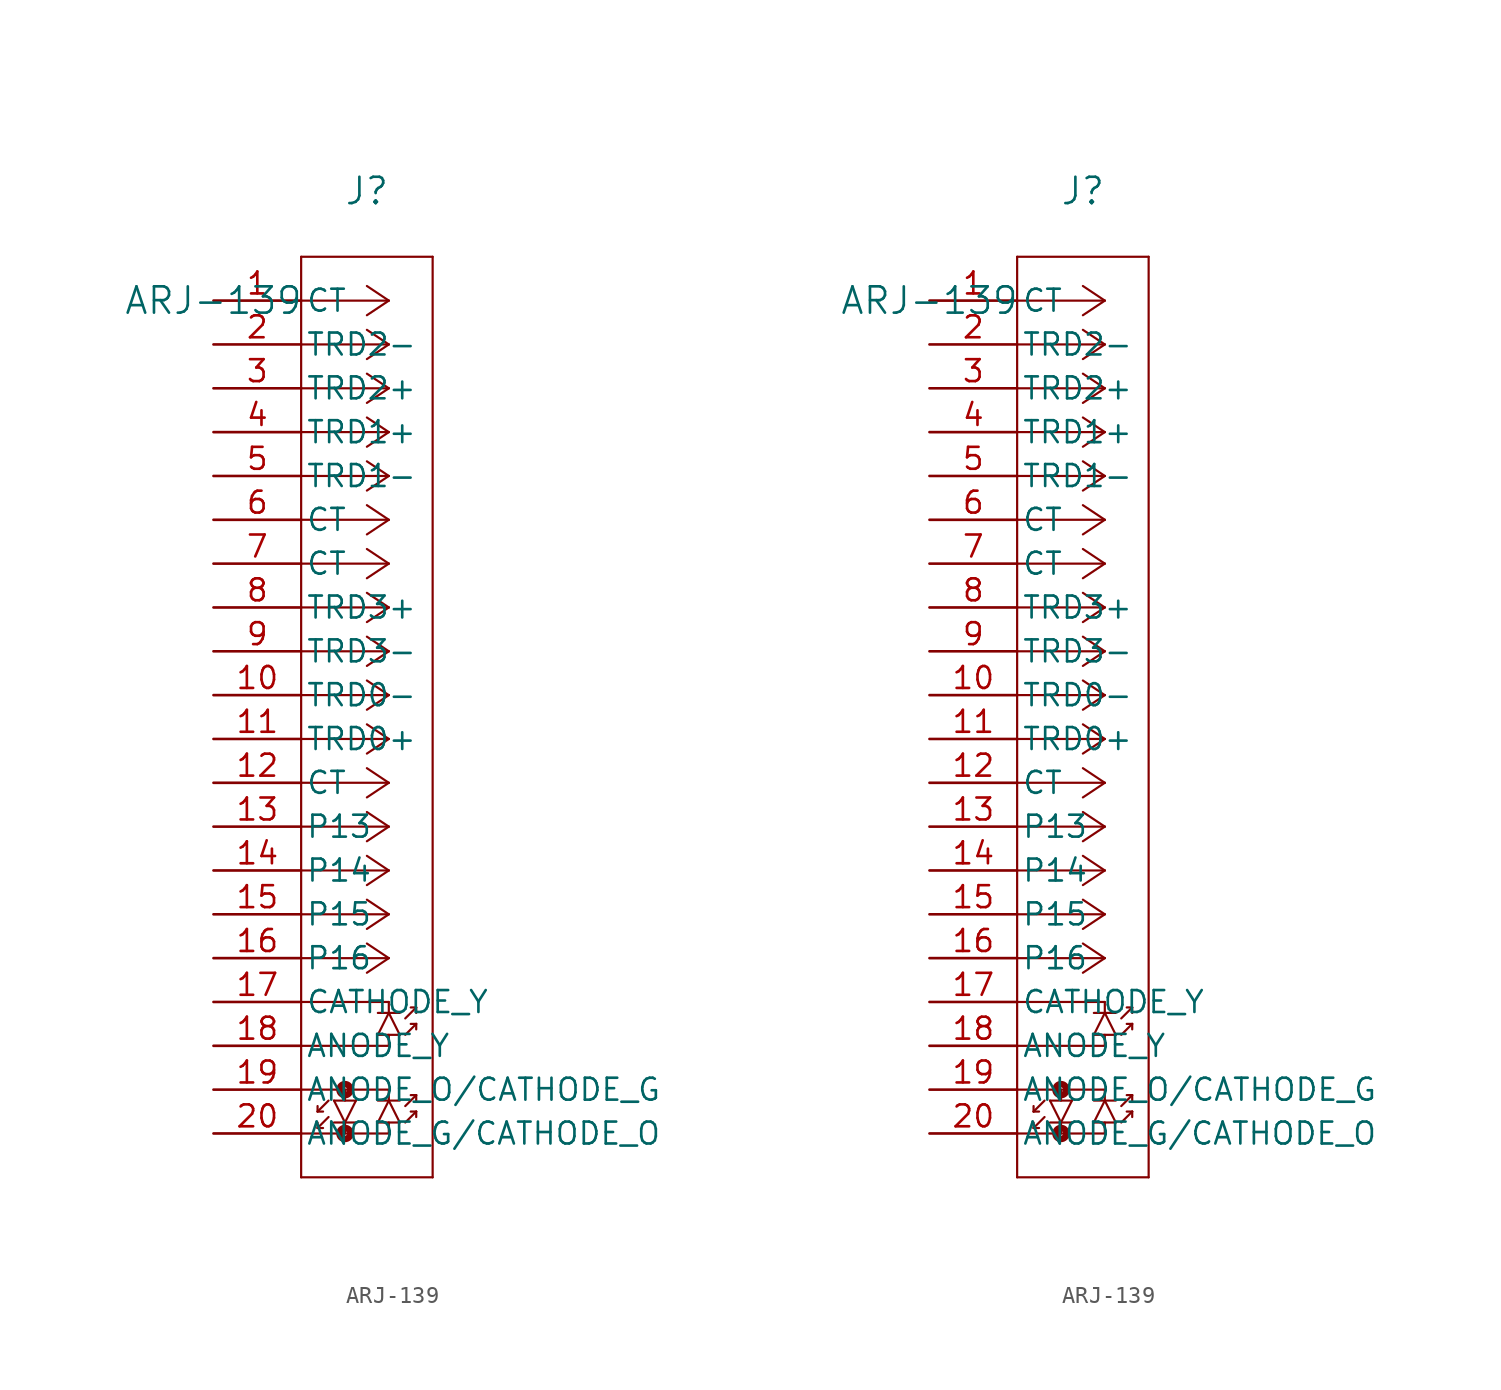
<source format=kicad_sym>
(kicad_symbol_lib
  (version 20211014)
  (generator kicad_symbol_editor)
  (symbol "ARJ-139"
    (pin_names
      (offset 0.254))
    (property "Reference" "J"
      (at 8.89 6.35 0)
      (effects (font (size 1.524 1.524))))
    (property "Value" "ARJ-139"
      (at 0 0 0)
      (effects (font (size 1.524 1.524))))
    (symbol "ARJ-139_1_1"
      (polyline (pts (xy 10.16 0) (xy 5.08 0)) (stroke (width 0.127) (type default) (color 0 0 0 0)) (fill (type none)))
      (polyline (pts (xy 10.16 -2.54) (xy 5.08 -2.54)) (stroke (width 0.127) (type default) (color 0 0 0 0)) (fill (type none)))
      (polyline (pts (xy 10.16 -5.08) (xy 5.08 -5.08)) (stroke (width 0.127) (type default) (color 0 0 0 0)) (fill (type none)))
      (polyline (pts (xy 10.16 -7.62) (xy 5.08 -7.62)) (stroke (width 0.127) (type default) (color 0 0 0 0)) (fill (type none)))
      (polyline (pts (xy 10.16 -10.16) (xy 5.08 -10.16)) (stroke (width 0.127) (type default) (color 0 0 0 0)) (fill (type none)))
      (polyline (pts (xy 10.16 -12.7) (xy 5.08 -12.7)) (stroke (width 0.127) (type default) (color 0 0 0 0)) (fill (type none)))
      (polyline (pts (xy 10.16 -15.24) (xy 5.08 -15.24)) (stroke (width 0.127) (type default) (color 0 0 0 0)) (fill (type none)))
      (polyline (pts (xy 10.16 -17.78) (xy 5.08 -17.78)) (stroke (width 0.127) (type default) (color 0 0 0 0)) (fill (type none)))
      (polyline (pts (xy 10.16 -20.32) (xy 5.08 -20.32)) (stroke (width 0.127) (type default) (color 0 0 0 0)) (fill (type none)))
      (polyline (pts (xy 10.16 -22.86) (xy 5.08 -22.86)) (stroke (width 0.127) (type default) (color 0 0 0 0)) (fill (type none)))
      (polyline (pts (xy 10.16 -25.4) (xy 5.08 -25.4)) (stroke (width 0.127) (type default) (color 0 0 0 0)) (fill (type none)))
      (polyline (pts (xy 10.16 -27.94) (xy 5.08 -27.94)) (stroke (width 0.127) (type default) (color 0 0 0 0)) (fill (type none)))
      (polyline (pts (xy 10.16 -30.48) (xy 5.08 -30.48)) (stroke (width 0.127) (type default) (color 0 0 0 0)) (fill (type none)))
      (polyline (pts (xy 10.16 -33.02) (xy 5.08 -33.02)) (stroke (width 0.127) (type default) (color 0 0 0 0)) (fill (type none)))
      (polyline (pts (xy 10.16 -35.56) (xy 5.08 -35.56)) (stroke (width 0.127) (type default) (color 0 0 0 0)) (fill (type none)))
      (polyline (pts (xy 10.16 -38.1) (xy 5.08 -38.1)) (stroke (width 0.127) (type default) (color 0 0 0 0)) (fill (type none)))
      (polyline (pts (xy 10.16 -40.64) (xy 5.08 -40.64)) (stroke (width 0.127) (type default) (color 0 0 0 0)) (fill (type none)))
      (polyline (pts (xy 10.16 -43.18) (xy 5.08 -43.18)) (stroke (width 0.127) (type default) (color 0 0 0 0)) (fill (type none)))
      (polyline (pts (xy 10.16 -45.72) (xy 5.08 -45.72)) (stroke (width 0.127) (type default) (color 0 0 0 0)) (fill (type none)))
      (polyline (pts (xy 10.16 -48.26) (xy 5.08 -48.26)) (stroke (width 0.127) (type default) (color 0 0 0 0)) (fill (type none)))
      (polyline (pts (xy 10.16 0) (xy 8.89 0.847)) (stroke (width 0.127) (type default) (color 0 0 0 0)) (fill (type none)))
      (polyline (pts (xy 10.16 -2.54) (xy 8.89 -1.693)) (stroke (width 0.127) (type default) (color 0 0 0 0)) (fill (type none)))
      (polyline (pts (xy 10.16 -5.08) (xy 8.89 -4.233)) (stroke (width 0.127) (type default) (color 0 0 0 0)) (fill (type none)))
      (polyline (pts (xy 10.16 -7.62) (xy 8.89 -6.773)) (stroke (width 0.127) (type default) (color 0 0 0 0)) (fill (type none)))
      (polyline (pts (xy 10.16 -10.16) (xy 8.89 -9.313)) (stroke (width 0.127) (type default) (color 0 0 0 0)) (fill (type none)))
      (polyline (pts (xy 10.16 -12.7) (xy 8.89 -11.853)) (stroke (width 0.127) (type default) (color 0 0 0 0)) (fill (type none)))
      (polyline (pts (xy 10.16 -15.24) (xy 8.89 -14.393)) (stroke (width 0.127) (type default) (color 0 0 0 0)) (fill (type none)))
      (polyline (pts (xy 10.16 -17.78) (xy 8.89 -16.933)) (stroke (width 0.127) (type default) (color 0 0 0 0)) (fill (type none)))
      (polyline (pts (xy 10.16 -20.32) (xy 8.89 -19.473)) (stroke (width 0.127) (type default) (color 0 0 0 0)) (fill (type none)))
      (polyline (pts (xy 10.16 -22.86) (xy 8.89 -22.013)) (stroke (width 0.127) (type default) (color 0 0 0 0)) (fill (type none)))
      (polyline (pts (xy 10.16 -25.4) (xy 8.89 -24.553)) (stroke (width 0.127) (type default) (color 0 0 0 0)) (fill (type none)))
      (polyline (pts (xy 10.16 -27.94) (xy 8.89 -27.093)) (stroke (width 0.127) (type default) (color 0 0 0 0)) (fill (type none)))
      (polyline (pts (xy 10.16 -30.48) (xy 8.89 -29.633)) (stroke (width 0.127) (type default) (color 0 0 0 0)) (fill (type none)))
      (polyline (pts (xy 10.16 -33.02) (xy 8.89 -32.173)) (stroke (width 0.127) (type default) (color 0 0 0 0)) (fill (type none)))
      (polyline (pts (xy 10.16 -35.56) (xy 8.89 -34.713)) (stroke (width 0.127) (type default) (color 0 0 0 0)) (fill (type none)))
      (polyline (pts (xy 10.16 -38.1) (xy 8.89 -37.253)) (stroke (width 0.127) (type default) (color 0 0 0 0)) (fill (type none)))
      (polyline (pts (xy 10.16 -40.64) (xy 10.16 -41.275)) (stroke (width 0.127) (type default) (color 0 0 0 0)) (fill (type none)))
      (polyline (pts (xy 10.16 -42.545) (xy 10.16 -43.18)) (stroke (width 0.127) (type default) (color 0 0 0 0)) (fill (type none)))
      (polyline (pts (xy 9.525 -41.275) (xy 10.795 -41.275)) (stroke (width 0.127) (type default) (color 0 0 0 0)) (fill (type none)))
      (polyline (pts (xy 9.525 -42.545) (xy 10.795 -42.545)) (stroke (width 0.127) (type default) (color 0 0 0 0)) (fill (type none)))
      (polyline (pts (xy 10.16 0) (xy 8.89 -0.847)) (stroke (width 0.127) (type default) (color 0 0 0 0)) (fill (type none)))
      (polyline (pts (xy 10.16 -2.54) (xy 8.89 -3.387)) (stroke (width 0.127) (type default) (color 0 0 0 0)) (fill (type none)))
      (polyline (pts (xy 10.16 -5.08) (xy 8.89 -5.927)) (stroke (width 0.127) (type default) (color 0 0 0 0)) (fill (type none)))
      (polyline (pts (xy 10.16 -7.62) (xy 8.89 -8.467)) (stroke (width 0.127) (type default) (color 0 0 0 0)) (fill (type none)))
      (polyline (pts (xy 10.16 -10.16) (xy 8.89 -11.007)) (stroke (width 0.127) (type default) (color 0 0 0 0)) (fill (type none)))
      (polyline (pts (xy 10.16 -12.7) (xy 8.89 -13.547)) (stroke (width 0.127) (type default) (color 0 0 0 0)) (fill (type none)))
      (polyline (pts (xy 10.16 -15.24) (xy 8.89 -16.087)) (stroke (width 0.127) (type default) (color 0 0 0 0)) (fill (type none)))
      (polyline (pts (xy 10.16 -17.78) (xy 8.89 -18.627)) (stroke (width 0.127) (type default) (color 0 0 0 0)) (fill (type none)))
      (polyline (pts (xy 10.16 -20.32) (xy 8.89 -21.167)) (stroke (width 0.127) (type default) (color 0 0 0 0)) (fill (type none)))
      (polyline (pts (xy 10.16 -22.86) (xy 8.89 -23.707)) (stroke (width 0.127) (type default) (color 0 0 0 0)) (fill (type none)))
      (polyline (pts (xy 10.16 -25.4) (xy 8.89 -26.247)) (stroke (width 0.127) (type default) (color 0 0 0 0)) (fill (type none)))
      (polyline (pts (xy 10.16 -27.94) (xy 8.89 -28.787)) (stroke (width 0.127) (type default) (color 0 0 0 0)) (fill (type none)))
      (polyline (pts (xy 10.16 -30.48) (xy 8.89 -31.327)) (stroke (width 0.127) (type default) (color 0 0 0 0)) (fill (type none)))
      (polyline (pts (xy 10.16 -33.02) (xy 8.89 -33.867)) (stroke (width 0.127) (type default) (color 0 0 0 0)) (fill (type none)))
      (polyline (pts (xy 10.16 -35.56) (xy 8.89 -36.407)) (stroke (width 0.127) (type default) (color 0 0 0 0)) (fill (type none)))
      (polyline (pts (xy 10.16 -38.1) (xy 8.89 -38.947)) (stroke (width 0.127) (type default) (color 0 0 0 0)) (fill (type none)))
      (polyline (pts (xy 10.16 -41.275) (xy 9.525 -42.545)) (stroke (width 0.127) (type default) (color 0 0 0 0)) (fill (type none)))
      (polyline (pts (xy 10.795 -42.545) (xy 10.16 -41.275)) (stroke (width 0.127) (type default) (color 0 0 0 0)) (fill (type none)))
      (polyline (pts (xy 11.113 -41.593) (xy 11.748 -40.958)) (stroke (width 0.127) (type default) (color 0 0 0 0)) (fill (type none)))
      (polyline (pts (xy 11.748 -40.958) (xy 11.43 -40.958)) (stroke (width 0.127) (type default) (color 0 0 0 0)) (fill (type none)))
      (polyline (pts (xy 5.08 2.54) (xy 5.08 -50.8)) (stroke (width 0.127) (type default) (color 0 0 0 0)) (fill (type none)))
      (polyline (pts (xy 5.08 -50.8) (xy 12.7 -50.8)) (stroke (width 0.127) (type default) (color 0 0 0 0)) (fill (type none)))
      (polyline (pts (xy 12.7 -50.8) (xy 12.7 2.54)) (stroke (width 0.127) (type default) (color 0 0 0 0)) (fill (type none)))
      (polyline (pts (xy 12.7 2.54) (xy 5.08 2.54)) (stroke (width 0.127) (type default) (color 0 0 0 0)) (fill (type none)))
      (polyline (pts (xy 11.748 -40.958) (xy 11.748 -41.275)) (stroke (width 0.127) (type default) (color 0 0 0 0)) (fill (type none)))
      (polyline (pts (xy 11.113 -42.545) (xy 11.748 -41.91)) (stroke (width 0.127) (type default) (color 0 0 0 0)) (fill (type none)))
      (polyline (pts (xy 11.748 -41.91) (xy 11.43 -41.91)) (stroke (width 0.127) (type default) (color 0 0 0 0)) (fill (type none)))
      (polyline (pts (xy 11.748 -41.91) (xy 11.748 -42.227)) (stroke (width 0.127) (type default) (color 0 0 0 0)) (fill (type none)))
      (polyline (pts (xy 10.16 -45.72) (xy 10.16 -46.355)) (stroke (width 0.127) (type default) (color 0 0 0 0)) (fill (type none)))
      (polyline (pts (xy 10.16 -47.625) (xy 10.16 -48.26)) (stroke (width 0.127) (type default) (color 0 0 0 0)) (fill (type none)))
      (polyline (pts (xy 9.525 -46.355) (xy 10.795 -46.355)) (stroke (width 0.127) (type default) (color 0 0 0 0)) (fill (type none)))
      (polyline (pts (xy 9.525 -47.625) (xy 10.795 -47.625)) (stroke (width 0.127) (type default) (color 0 0 0 0)) (fill (type none)))
      (polyline (pts (xy 10.16 -46.355) (xy 9.525 -47.625)) (stroke (width 0.127) (type default) (color 0 0 0 0)) (fill (type none)))
      (polyline (pts (xy 10.795 -47.625) (xy 10.16 -46.355)) (stroke (width 0.127) (type default) (color 0 0 0 0)) (fill (type none)))
      (polyline (pts (xy 11.113 -46.672) (xy 11.748 -46.038)) (stroke (width 0.127) (type default) (color 0 0 0 0)) (fill (type none)))
      (polyline (pts (xy 11.748 -46.038) (xy 11.43 -46.038)) (stroke (width 0.127) (type default) (color 0 0 0 0)) (fill (type none)))
      (polyline (pts (xy 11.748 -46.038) (xy 11.748 -46.355)) (stroke (width 0.127) (type default) (color 0 0 0 0)) (fill (type none)))
      (polyline (pts (xy 11.113 -47.625) (xy 11.748 -46.99)) (stroke (width 0.127) (type default) (color 0 0 0 0)) (fill (type none)))
      (polyline (pts (xy 11.748 -46.99) (xy 11.43 -46.99)) (stroke (width 0.127) (type default) (color 0 0 0 0)) (fill (type none)))
      (polyline (pts (xy 11.748 -46.99) (xy 11.748 -47.307)) (stroke (width 0.127) (type default) (color 0 0 0 0)) (fill (type none)))
      (polyline (pts (xy 7.62 -48.26) (xy 7.62 -47.625)) (stroke (width 0.127) (type default) (color 0 0 0 0)) (fill (type none)))
      (polyline (pts (xy 7.62 -46.355) (xy 7.62 -45.72)) (stroke (width 0.127) (type default) (color 0 0 0 0)) (fill (type none)))
      (polyline (pts (xy 8.255 -47.625) (xy 6.985 -47.625)) (stroke (width 0.127) (type default) (color 0 0 0 0)) (fill (type none)))
      (polyline (pts (xy 8.255 -46.355) (xy 6.985 -46.355)) (stroke (width 0.127) (type default) (color 0 0 0 0)) (fill (type none)))
      (polyline (pts (xy 7.62 -47.625) (xy 8.255 -46.355)) (stroke (width 0.127) (type default) (color 0 0 0 0)) (fill (type none)))
      (polyline (pts (xy 6.985 -46.355) (xy 7.62 -47.625)) (stroke (width 0.127) (type default) (color 0 0 0 0)) (fill (type none)))
      (polyline (pts (xy 6.668 -47.307) (xy 6.032 -47.943)) (stroke (width 0.127) (type default) (color 0 0 0 0)) (fill (type none)))
      (polyline (pts (xy 6.032 -47.943) (xy 6.35 -47.943)) (stroke (width 0.127) (type default) (color 0 0 0 0)) (fill (type none)))
      (polyline (pts (xy 6.032 -47.943) (xy 6.032 -47.625)) (stroke (width 0.127) (type default) (color 0 0 0 0)) (fill (type none)))
      (polyline (pts (xy 6.668 -46.355) (xy 6.032 -46.99)) (stroke (width 0.127) (type default) (color 0 0 0 0)) (fill (type none)))
      (polyline (pts (xy 6.032 -46.99) (xy 6.35 -46.99)) (stroke (width 0.127) (type default) (color 0 0 0 0)) (fill (type none)))
      (polyline (pts (xy 6.032 -46.99) (xy 6.032 -46.672)) (stroke (width 0.127) (type default) (color 0 0 0 0)) (fill (type none)))
      (circle (center 7.62 -45.72) (radius 0.127) (stroke (width 0.381) (type default) (color 0 0 0 0)) (fill (type none)))
      (circle (center 7.62 -48.26) (radius 0.127) (stroke (width 0.381) (type default) (color 0 0 0 0)) (fill (type none)))
      (pin unspecified line (at 0 0 0) (length 5.08) (name "CT" (effects (font (size 1.27 1.27)))) (number "1" (effects (font (size 1.27 1.27)))))
      (pin unspecified line (at 0 -2.54 0) (length 5.08) (name "TRD2-" (effects (font (size 1.27 1.27)))) (number "2" (effects (font (size 1.27 1.27)))))
      (pin unspecified line (at 0 -5.08 0) (length 5.08) (name "TRD2+" (effects (font (size 1.27 1.27)))) (number "3" (effects (font (size 1.27 1.27)))))
      (pin unspecified line (at 0 -7.62 0) (length 5.08) (name "TRD1+" (effects (font (size 1.27 1.27)))) (number "4" (effects (font (size 1.27 1.27)))))
      (pin unspecified line (at 0 -10.16 0) (length 5.08) (name "TRD1-" (effects (font (size 1.27 1.27)))) (number "5" (effects (font (size 1.27 1.27)))))
      (pin unspecified line (at 0 -12.7 0) (length 5.08) (name "CT" (effects (font (size 1.27 1.27)))) (number "6" (effects (font (size 1.27 1.27)))))
      (pin unspecified line (at 0 -15.24 0) (length 5.08) (name "CT" (effects (font (size 1.27 1.27)))) (number "7" (effects (font (size 1.27 1.27)))))
      (pin unspecified line (at 0 -17.78 0) (length 5.08) (name "TRD3+" (effects (font (size 1.27 1.27)))) (number "8" (effects (font (size 1.27 1.27)))))
      (pin unspecified line (at 0 -20.32 0) (length 5.08) (name "TRD3-" (effects (font (size 1.27 1.27)))) (number "9" (effects (font (size 1.27 1.27)))))
      (pin unspecified line (at 0 -22.86 0) (length 5.08) (name "TRD0-" (effects (font (size 1.27 1.27)))) (number "10" (effects (font (size 1.27 1.27)))))
      (pin unspecified line (at 0 -25.4 0) (length 5.08) (name "TRD0+" (effects (font (size 1.27 1.27)))) (number "11" (effects (font (size 1.27 1.27)))))
      (pin unspecified line (at 0 -27.94 0) (length 5.08) (name "CT" (effects (font (size 1.27 1.27)))) (number "12" (effects (font (size 1.27 1.27)))))
      (pin unspecified line (at 0 -30.48 0) (length 5.08) (name "P13" (effects (font (size 1.27 1.27)))) (number "13" (effects (font (size 1.27 1.27)))))
      (pin unspecified line (at 0 -33.02 0) (length 5.08) (name "P14" (effects (font (size 1.27 1.27)))) (number "14" (effects (font (size 1.27 1.27)))))
      (pin unspecified line (at 0 -35.56 0) (length 5.08) (name "P15" (effects (font (size 1.27 1.27)))) (number "15" (effects (font (size 1.27 1.27)))))
      (pin unspecified line (at 0 -38.1 0) (length 5.08) (name "P16" (effects (font (size 1.27 1.27)))) (number "16" (effects (font (size 1.27 1.27)))))
      (pin unspecified line (at 0 -40.64 0) (length 5.08) (name "CATHODE_Y" (effects (font (size 1.27 1.27)))) (number "17" (effects (font (size 1.27 1.27)))))
      (pin unspecified line (at 0 -43.18 0) (length 5.08) (name "ANODE_Y" (effects (font (size 1.27 1.27)))) (number "18" (effects (font (size 1.27 1.27)))))
      (pin unspecified line (at 0 -45.72 0) (length 5.08) (name "ANODE_O/CATHODE_G" (effects (font (size 1.27 1.27)))) (number "19" (effects (font (size 1.27 1.27)))))
      (pin unspecified line (at 0 -48.26 0) (length 5.08) (name "ANODE_G/CATHODE_O" (effects (font (size 1.27 1.27)))) (number "20" (effects (font (size 1.27 1.27))))))
    (symbol "ARJ-139_1_2"
      (polyline (pts (xy 10.16 0) (xy 5.08 0)) (stroke (width 0.127) (type default) (color 0 0 0 0)) (fill (type none)))
      (polyline (pts (xy 10.16 -2.54) (xy 5.08 -2.54)) (stroke (width 0.127) (type default) (color 0 0 0 0)) (fill (type none)))
      (polyline (pts (xy 10.16 -5.08) (xy 5.08 -5.08)) (stroke (width 0.127) (type default) (color 0 0 0 0)) (fill (type none)))
      (polyline (pts (xy 10.16 -7.62) (xy 5.08 -7.62)) (stroke (width 0.127) (type default) (color 0 0 0 0)) (fill (type none)))
      (polyline (pts (xy 10.16 -10.16) (xy 5.08 -10.16)) (stroke (width 0.127) (type default) (color 0 0 0 0)) (fill (type none)))
      (polyline (pts (xy 10.16 -12.7) (xy 5.08 -12.7)) (stroke (width 0.127) (type default) (color 0 0 0 0)) (fill (type none)))
      (polyline (pts (xy 10.16 -15.24) (xy 5.08 -15.24)) (stroke (width 0.127) (type default) (color 0 0 0 0)) (fill (type none)))
      (polyline (pts (xy 10.16 -17.78) (xy 5.08 -17.78)) (stroke (width 0.127) (type default) (color 0 0 0 0)) (fill (type none)))
      (polyline (pts (xy 10.16 -20.32) (xy 5.08 -20.32)) (stroke (width 0.127) (type default) (color 0 0 0 0)) (fill (type none)))
      (polyline (pts (xy 10.16 -22.86) (xy 5.08 -22.86)) (stroke (width 0.127) (type default) (color 0 0 0 0)) (fill (type none)))
      (polyline (pts (xy 10.16 -25.4) (xy 5.08 -25.4)) (stroke (width 0.127) (type default) (color 0 0 0 0)) (fill (type none)))
      (polyline (pts (xy 10.16 -27.94) (xy 5.08 -27.94)) (stroke (width 0.127) (type default) (color 0 0 0 0)) (fill (type none)))
      (polyline (pts (xy 10.16 -30.48) (xy 5.08 -30.48)) (stroke (width 0.127) (type default) (color 0 0 0 0)) (fill (type none)))
      (polyline (pts (xy 10.16 -33.02) (xy 5.08 -33.02)) (stroke (width 0.127) (type default) (color 0 0 0 0)) (fill (type none)))
      (polyline (pts (xy 10.16 -35.56) (xy 5.08 -35.56)) (stroke (width 0.127) (type default) (color 0 0 0 0)) (fill (type none)))
      (polyline (pts (xy 10.16 -38.1) (xy 5.08 -38.1)) (stroke (width 0.127) (type default) (color 0 0 0 0)) (fill (type none)))
      (polyline (pts (xy 10.16 -40.64) (xy 5.08 -40.64)) (stroke (width 0.127) (type default) (color 0 0 0 0)) (fill (type none)))
      (polyline (pts (xy 10.16 -43.18) (xy 5.08 -43.18)) (stroke (width 0.127) (type default) (color 0 0 0 0)) (fill (type none)))
      (polyline (pts (xy 10.16 -45.72) (xy 5.08 -45.72)) (stroke (width 0.127) (type default) (color 0 0 0 0)) (fill (type none)))
      (polyline (pts (xy 10.16 -48.26) (xy 5.08 -48.26)) (stroke (width 0.127) (type default) (color 0 0 0 0)) (fill (type none)))
      (polyline (pts (xy 10.16 0) (xy 8.89 0.847)) (stroke (width 0.127) (type default) (color 0 0 0 0)) (fill (type none)))
      (polyline (pts (xy 10.16 -2.54) (xy 8.89 -1.693)) (stroke (width 0.127) (type default) (color 0 0 0 0)) (fill (type none)))
      (polyline (pts (xy 10.16 -5.08) (xy 8.89 -4.233)) (stroke (width 0.127) (type default) (color 0 0 0 0)) (fill (type none)))
      (polyline (pts (xy 10.16 -7.62) (xy 8.89 -6.773)) (stroke (width 0.127) (type default) (color 0 0 0 0)) (fill (type none)))
      (polyline (pts (xy 10.16 -10.16) (xy 8.89 -9.313)) (stroke (width 0.127) (type default) (color 0 0 0 0)) (fill (type none)))
      (polyline (pts (xy 10.16 -12.7) (xy 8.89 -11.853)) (stroke (width 0.127) (type default) (color 0 0 0 0)) (fill (type none)))
      (polyline (pts (xy 10.16 -15.24) (xy 8.89 -14.393)) (stroke (width 0.127) (type default) (color 0 0 0 0)) (fill (type none)))
      (polyline (pts (xy 10.16 -17.78) (xy 8.89 -16.933)) (stroke (width 0.127) (type default) (color 0 0 0 0)) (fill (type none)))
      (polyline (pts (xy 10.16 -20.32) (xy 8.89 -19.473)) (stroke (width 0.127) (type default) (color 0 0 0 0)) (fill (type none)))
      (polyline (pts (xy 10.16 -22.86) (xy 8.89 -22.013)) (stroke (width 0.127) (type default) (color 0 0 0 0)) (fill (type none)))
      (polyline (pts (xy 10.16 -25.4) (xy 8.89 -24.553)) (stroke (width 0.127) (type default) (color 0 0 0 0)) (fill (type none)))
      (polyline (pts (xy 10.16 -27.94) (xy 8.89 -27.093)) (stroke (width 0.127) (type default) (color 0 0 0 0)) (fill (type none)))
      (polyline (pts (xy 10.16 -30.48) (xy 8.89 -29.633)) (stroke (width 0.127) (type default) (color 0 0 0 0)) (fill (type none)))
      (polyline (pts (xy 10.16 -33.02) (xy 8.89 -32.173)) (stroke (width 0.127) (type default) (color 0 0 0 0)) (fill (type none)))
      (polyline (pts (xy 10.16 -35.56) (xy 8.89 -34.713)) (stroke (width 0.127) (type default) (color 0 0 0 0)) (fill (type none)))
      (polyline (pts (xy 10.16 -38.1) (xy 8.89 -37.253)) (stroke (width 0.127) (type default) (color 0 0 0 0)) (fill (type none)))
      (polyline (pts (xy 10.16 -40.64) (xy 10.16 -41.275)) (stroke (width 0.127) (type default) (color 0 0 0 0)) (fill (type none)))
      (polyline (pts (xy 10.16 -42.545) (xy 10.16 -43.18)) (stroke (width 0.127) (type default) (color 0 0 0 0)) (fill (type none)))
      (polyline (pts (xy 9.525 -41.275) (xy 10.795 -41.275)) (stroke (width 0.127) (type default) (color 0 0 0 0)) (fill (type none)))
      (polyline (pts (xy 9.525 -42.545) (xy 10.795 -42.545)) (stroke (width 0.127) (type default) (color 0 0 0 0)) (fill (type none)))
      (polyline (pts (xy 10.16 0) (xy 8.89 -0.847)) (stroke (width 0.127) (type default) (color 0 0 0 0)) (fill (type none)))
      (polyline (pts (xy 10.16 -2.54) (xy 8.89 -3.387)) (stroke (width 0.127) (type default) (color 0 0 0 0)) (fill (type none)))
      (polyline (pts (xy 10.16 -5.08) (xy 8.89 -5.927)) (stroke (width 0.127) (type default) (color 0 0 0 0)) (fill (type none)))
      (polyline (pts (xy 10.16 -7.62) (xy 8.89 -8.467)) (stroke (width 0.127) (type default) (color 0 0 0 0)) (fill (type none)))
      (polyline (pts (xy 10.16 -10.16) (xy 8.89 -11.007)) (stroke (width 0.127) (type default) (color 0 0 0 0)) (fill (type none)))
      (polyline (pts (xy 10.16 -12.7) (xy 8.89 -13.547)) (stroke (width 0.127) (type default) (color 0 0 0 0)) (fill (type none)))
      (polyline (pts (xy 10.16 -15.24) (xy 8.89 -16.087)) (stroke (width 0.127) (type default) (color 0 0 0 0)) (fill (type none)))
      (polyline (pts (xy 10.16 -17.78) (xy 8.89 -18.627)) (stroke (width 0.127) (type default) (color 0 0 0 0)) (fill (type none)))
      (polyline (pts (xy 10.16 -20.32) (xy 8.89 -21.167)) (stroke (width 0.127) (type default) (color 0 0 0 0)) (fill (type none)))
      (polyline (pts (xy 10.16 -22.86) (xy 8.89 -23.707)) (stroke (width 0.127) (type default) (color 0 0 0 0)) (fill (type none)))
      (polyline (pts (xy 10.16 -25.4) (xy 8.89 -26.247)) (stroke (width 0.127) (type default) (color 0 0 0 0)) (fill (type none)))
      (polyline (pts (xy 10.16 -27.94) (xy 8.89 -28.787)) (stroke (width 0.127) (type default) (color 0 0 0 0)) (fill (type none)))
      (polyline (pts (xy 10.16 -30.48) (xy 8.89 -31.327)) (stroke (width 0.127) (type default) (color 0 0 0 0)) (fill (type none)))
      (polyline (pts (xy 10.16 -33.02) (xy 8.89 -33.867)) (stroke (width 0.127) (type default) (color 0 0 0 0)) (fill (type none)))
      (polyline (pts (xy 10.16 -35.56) (xy 8.89 -36.407)) (stroke (width 0.127) (type default) (color 0 0 0 0)) (fill (type none)))
      (polyline (pts (xy 10.16 -38.1) (xy 8.89 -38.947)) (stroke (width 0.127) (type default) (color 0 0 0 0)) (fill (type none)))
      (polyline (pts (xy 10.16 -41.275) (xy 9.525 -42.545)) (stroke (width 0.127) (type default) (color 0 0 0 0)) (fill (type none)))
      (polyline (pts (xy 10.795 -42.545) (xy 10.16 -41.275)) (stroke (width 0.127) (type default) (color 0 0 0 0)) (fill (type none)))
      (polyline (pts (xy 11.113 -41.593) (xy 11.748 -40.958)) (stroke (width 0.127) (type default) (color 0 0 0 0)) (fill (type none)))
      (polyline (pts (xy 11.748 -40.958) (xy 11.43 -40.958)) (stroke (width 0.127) (type default) (color 0 0 0 0)) (fill (type none)))
      (polyline (pts (xy 5.08 2.54) (xy 5.08 -50.8)) (stroke (width 0.127) (type default) (color 0 0 0 0)) (fill (type none)))
      (polyline (pts (xy 5.08 -50.8) (xy 12.7 -50.8)) (stroke (width 0.127) (type default) (color 0 0 0 0)) (fill (type none)))
      (polyline (pts (xy 12.7 -50.8) (xy 12.7 2.54)) (stroke (width 0.127) (type default) (color 0 0 0 0)) (fill (type none)))
      (polyline (pts (xy 12.7 2.54) (xy 5.08 2.54)) (stroke (width 0.127) (type default) (color 0 0 0 0)) (fill (type none)))
      (polyline (pts (xy 11.748 -40.958) (xy 11.748 -41.275)) (stroke (width 0.127) (type default) (color 0 0 0 0)) (fill (type none)))
      (polyline (pts (xy 11.113 -42.545) (xy 11.748 -41.91)) (stroke (width 0.127) (type default) (color 0 0 0 0)) (fill (type none)))
      (polyline (pts (xy 11.748 -41.91) (xy 11.43 -41.91)) (stroke (width 0.127) (type default) (color 0 0 0 0)) (fill (type none)))
      (polyline (pts (xy 11.748 -41.91) (xy 11.748 -42.227)) (stroke (width 0.127) (type default) (color 0 0 0 0)) (fill (type none)))
      (polyline (pts (xy 10.16 -45.72) (xy 10.16 -46.355)) (stroke (width 0.127) (type default) (color 0 0 0 0)) (fill (type none)))
      (polyline (pts (xy 10.16 -47.625) (xy 10.16 -48.26)) (stroke (width 0.127) (type default) (color 0 0 0 0)) (fill (type none)))
      (polyline (pts (xy 9.525 -46.355) (xy 10.795 -46.355)) (stroke (width 0.127) (type default) (color 0 0 0 0)) (fill (type none)))
      (polyline (pts (xy 9.525 -47.625) (xy 10.795 -47.625)) (stroke (width 0.127) (type default) (color 0 0 0 0)) (fill (type none)))
      (polyline (pts (xy 10.16 -46.355) (xy 9.525 -47.625)) (stroke (width 0.127) (type default) (color 0 0 0 0)) (fill (type none)))
      (polyline (pts (xy 10.795 -47.625) (xy 10.16 -46.355)) (stroke (width 0.127) (type default) (color 0 0 0 0)) (fill (type none)))
      (polyline (pts (xy 11.113 -46.672) (xy 11.748 -46.038)) (stroke (width 0.127) (type default) (color 0 0 0 0)) (fill (type none)))
      (polyline (pts (xy 11.748 -46.038) (xy 11.43 -46.038)) (stroke (width 0.127) (type default) (color 0 0 0 0)) (fill (type none)))
      (polyline (pts (xy 11.748 -46.038) (xy 11.748 -46.355)) (stroke (width 0.127) (type default) (color 0 0 0 0)) (fill (type none)))
      (polyline (pts (xy 11.113 -47.625) (xy 11.748 -46.99)) (stroke (width 0.127) (type default) (color 0 0 0 0)) (fill (type none)))
      (polyline (pts (xy 11.748 -46.99) (xy 11.43 -46.99)) (stroke (width 0.127) (type default) (color 0 0 0 0)) (fill (type none)))
      (polyline (pts (xy 11.748 -46.99) (xy 11.748 -47.307)) (stroke (width 0.127) (type default) (color 0 0 0 0)) (fill (type none)))
      (polyline (pts (xy 7.62 -48.26) (xy 7.62 -47.625)) (stroke (width 0.127) (type default) (color 0 0 0 0)) (fill (type none)))
      (polyline (pts (xy 7.62 -46.355) (xy 7.62 -45.72)) (stroke (width 0.127) (type default) (color 0 0 0 0)) (fill (type none)))
      (polyline (pts (xy 8.255 -47.625) (xy 6.985 -47.625)) (stroke (width 0.127) (type default) (color 0 0 0 0)) (fill (type none)))
      (polyline (pts (xy 8.255 -46.355) (xy 6.985 -46.355)) (stroke (width 0.127) (type default) (color 0 0 0 0)) (fill (type none)))
      (polyline (pts (xy 7.62 -47.625) (xy 8.255 -46.355)) (stroke (width 0.127) (type default) (color 0 0 0 0)) (fill (type none)))
      (polyline (pts (xy 6.985 -46.355) (xy 7.62 -47.625)) (stroke (width 0.127) (type default) (color 0 0 0 0)) (fill (type none)))
      (polyline (pts (xy 6.668 -47.307) (xy 6.032 -47.943)) (stroke (width 0.127) (type default) (color 0 0 0 0)) (fill (type none)))
      (polyline (pts (xy 6.032 -47.943) (xy 6.35 -47.943)) (stroke (width 0.127) (type default) (color 0 0 0 0)) (fill (type none)))
      (polyline (pts (xy 6.032 -47.943) (xy 6.032 -47.625)) (stroke (width 0.127) (type default) (color 0 0 0 0)) (fill (type none)))
      (polyline (pts (xy 6.668 -46.355) (xy 6.032 -46.99)) (stroke (width 0.127) (type default) (color 0 0 0 0)) (fill (type none)))
      (polyline (pts (xy 6.032 -46.99) (xy 6.35 -46.99)) (stroke (width 0.127) (type default) (color 0 0 0 0)) (fill (type none)))
      (polyline (pts (xy 6.032 -46.99) (xy 6.032 -46.672)) (stroke (width 0.127) (type default) (color 0 0 0 0)) (fill (type none)))
      (circle (center 7.62 -45.72) (radius 0.127) (stroke (width 0.381) (type default) (color 0 0 0 0)) (fill (type none)))
      (circle (center 7.62 -48.26) (radius 0.127) (stroke (width 0.381) (type default) (color 0 0 0 0)) (fill (type none)))
      (pin unspecified line (at 0 0 0) (length 5.08) (name "CT" (effects (font (size 1.27 1.27)))) (number "1" (effects (font (size 1.27 1.27)))))
      (pin unspecified line (at 0 -2.54 0) (length 5.08) (name "TRD2-" (effects (font (size 1.27 1.27)))) (number "2" (effects (font (size 1.27 1.27)))))
      (pin unspecified line (at 0 -5.08 0) (length 5.08) (name "TRD2+" (effects (font (size 1.27 1.27)))) (number "3" (effects (font (size 1.27 1.27)))))
      (pin unspecified line (at 0 -7.62 0) (length 5.08) (name "TRD1+" (effects (font (size 1.27 1.27)))) (number "4" (effects (font (size 1.27 1.27)))))
      (pin unspecified line (at 0 -10.16 0) (length 5.08) (name "TRD1-" (effects (font (size 1.27 1.27)))) (number "5" (effects (font (size 1.27 1.27)))))
      (pin unspecified line (at 0 -12.7 0) (length 5.08) (name "CT" (effects (font (size 1.27 1.27)))) (number "6" (effects (font (size 1.27 1.27)))))
      (pin unspecified line (at 0 -15.24 0) (length 5.08) (name "CT" (effects (font (size 1.27 1.27)))) (number "7" (effects (font (size 1.27 1.27)))))
      (pin unspecified line (at 0 -17.78 0) (length 5.08) (name "TRD3+" (effects (font (size 1.27 1.27)))) (number "8" (effects (font (size 1.27 1.27)))))
      (pin unspecified line (at 0 -20.32 0) (length 5.08) (name "TRD3-" (effects (font (size 1.27 1.27)))) (number "9" (effects (font (size 1.27 1.27)))))
      (pin unspecified line (at 0 -22.86 0) (length 5.08) (name "TRD0-" (effects (font (size 1.27 1.27)))) (number "10" (effects (font (size 1.27 1.27)))))
      (pin unspecified line (at 0 -25.4 0) (length 5.08) (name "TRD0+" (effects (font (size 1.27 1.27)))) (number "11" (effects (font (size 1.27 1.27)))))
      (pin unspecified line (at 0 -27.94 0) (length 5.08) (name "CT" (effects (font (size 1.27 1.27)))) (number "12" (effects (font (size 1.27 1.27)))))
      (pin unspecified line (at 0 -30.48 0) (length 5.08) (name "P13" (effects (font (size 1.27 1.27)))) (number "13" (effects (font (size 1.27 1.27)))))
      (pin unspecified line (at 0 -33.02 0) (length 5.08) (name "P14" (effects (font (size 1.27 1.27)))) (number "14" (effects (font (size 1.27 1.27)))))
      (pin unspecified line (at 0 -35.56 0) (length 5.08) (name "P15" (effects (font (size 1.27 1.27)))) (number "15" (effects (font (size 1.27 1.27)))))
      (pin unspecified line (at 0 -38.1 0) (length 5.08) (name "P16" (effects (font (size 1.27 1.27)))) (number "16" (effects (font (size 1.27 1.27)))))
      (pin unspecified line (at 0 -40.64 0) (length 5.08) (name "CATHODE_Y" (effects (font (size 1.27 1.27)))) (number "17" (effects (font (size 1.27 1.27)))))
      (pin unspecified line (at 0 -43.18 0) (length 5.08) (name "ANODE_Y" (effects (font (size 1.27 1.27)))) (number "18" (effects (font (size 1.27 1.27)))))
      (pin unspecified line (at 0 -45.72 0) (length 5.08) (name "ANODE_O/CATHODE_G" (effects (font (size 1.27 1.27)))) (number "19" (effects (font (size 1.27 1.27)))))
      (pin unspecified line (at 0 -48.26 0) (length 5.08) (name "ANODE_G/CATHODE_O" (effects (font (size 1.27 1.27)))) (number "20" (effects (font (size 1.27 1.27))))))))
</source>
